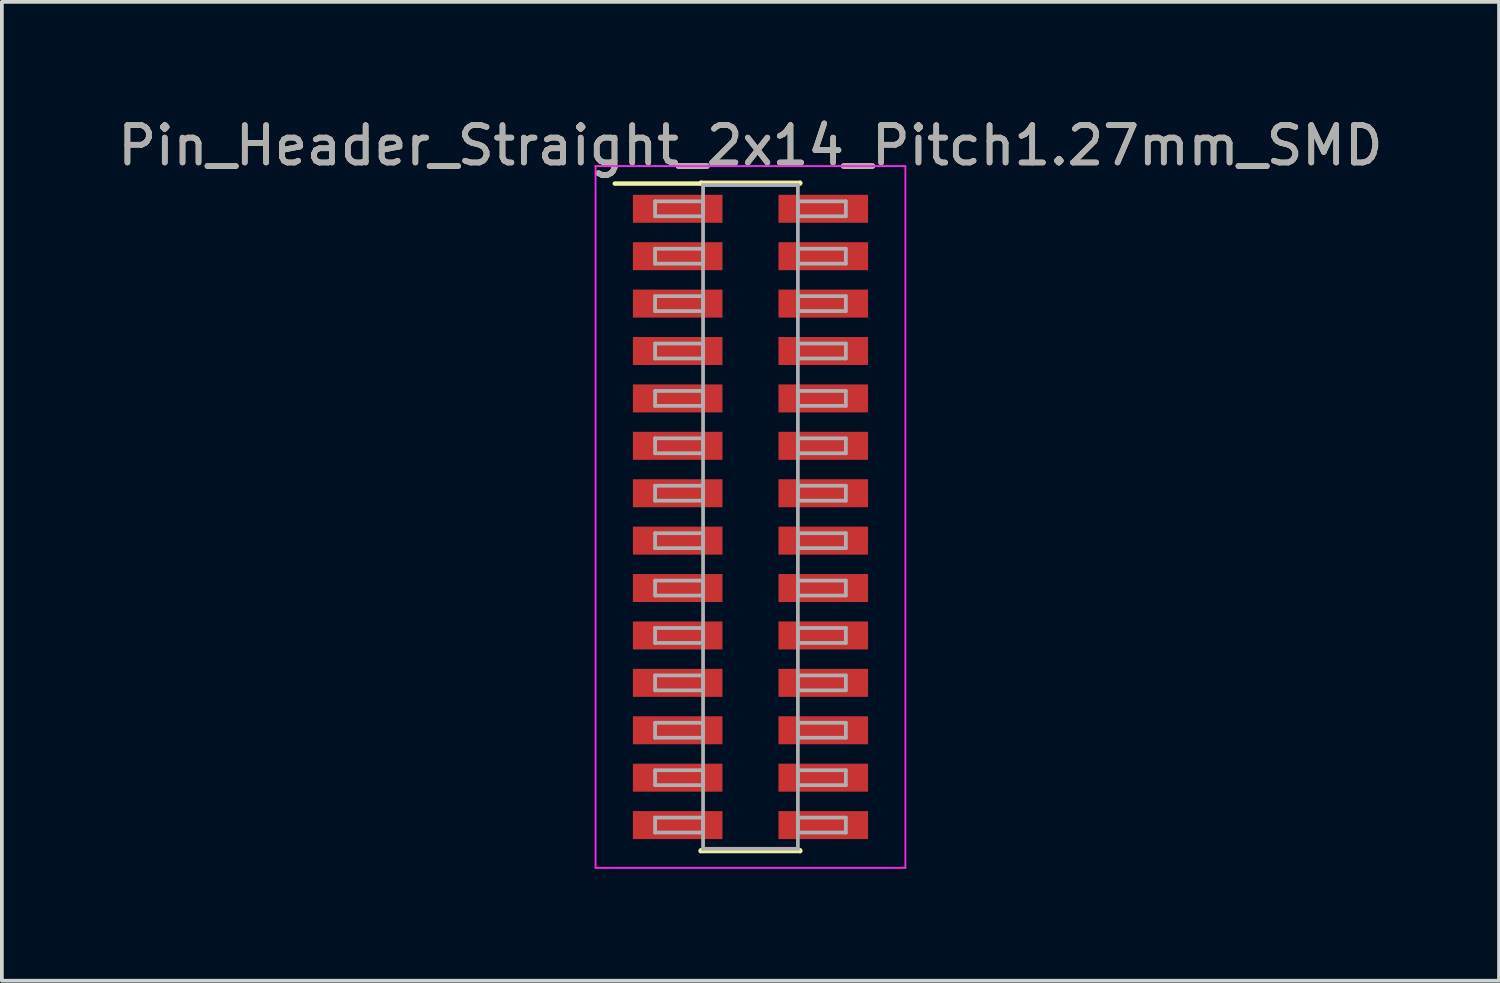
<source format=kicad_pcb>
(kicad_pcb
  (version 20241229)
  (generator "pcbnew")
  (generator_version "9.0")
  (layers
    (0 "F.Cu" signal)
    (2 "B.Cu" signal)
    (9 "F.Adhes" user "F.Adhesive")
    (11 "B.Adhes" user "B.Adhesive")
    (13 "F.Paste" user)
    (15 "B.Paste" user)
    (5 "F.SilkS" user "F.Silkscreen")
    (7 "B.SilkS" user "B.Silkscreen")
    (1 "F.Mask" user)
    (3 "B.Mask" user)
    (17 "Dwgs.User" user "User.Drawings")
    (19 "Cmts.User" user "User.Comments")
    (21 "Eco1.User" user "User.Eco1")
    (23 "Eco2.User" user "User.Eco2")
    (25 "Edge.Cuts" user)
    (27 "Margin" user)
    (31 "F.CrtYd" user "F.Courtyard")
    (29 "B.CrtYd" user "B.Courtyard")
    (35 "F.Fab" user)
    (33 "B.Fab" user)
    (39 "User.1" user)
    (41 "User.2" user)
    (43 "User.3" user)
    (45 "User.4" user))
  (footprint "Pin_Header_Straight_2x14_Pitch1.27mm_SMD"
    (layer "F.Cu")
    (at 17.054 10.798)
    (property "Reference" "Pin_Header_Straight_2x14_Pitch1.27mm_SMD" (at 0 -9.95 0) (layer "F.SilkS") (effects (font (size 1 1) (thickness 0.15))))
    (attr smd)
    (fp_line (start -3.635 -8.93) (end -1.33 -8.93) (stroke (width 0.12) (type solid)) (layer "F.SilkS"))
    (fp_line (start -1.33 -8.95) (end 1.33 -8.95) (stroke (width 0.12) (type solid)) (layer "F.SilkS"))
    (fp_line (start -1.33 -8.93) (end -1.33 -8.95) (stroke (width 0.12) (type solid)) (layer "F.SilkS"))
    (fp_line (start -1.33 8.93) (end -1.33 8.95) (stroke (width 0.12) (type solid)) (layer "F.SilkS"))
    (fp_line (start -1.33 8.95) (end 1.33 8.95) (stroke (width 0.12) (type solid)) (layer "F.SilkS"))
    (fp_line (start 1.33 -8.95) (end 1.33 -8.93) (stroke (width 0.12) (type solid)) (layer "F.SilkS"))
    (fp_line (start 1.33 8.95) (end 1.33 8.93) (stroke (width 0.12) (type solid)) (layer "F.SilkS"))
    (fp_line (start -4.15 -9.4) (end -4.15 9.4) (stroke (width 0.05) (type solid)) (layer "F.CrtYd"))
    (fp_line (start -4.15 9.4) (end 4.15 9.4) (stroke (width 0.05) (type solid)) (layer "F.CrtYd"))
    (fp_line (start 4.15 -9.4) (end -4.15 -9.4) (stroke (width 0.05) (type solid)) (layer "F.CrtYd"))
    (fp_line (start 4.15 9.4) (end 4.15 -9.4) (stroke (width 0.05) (type solid)) (layer "F.CrtYd"))
    (fp_line (start -2.555 -8.455) (end -1.27 -8.455) (stroke (width 0.1) (type solid)) (layer "F.Fab"))
    (fp_line (start -2.555 -8.055) (end -2.555 -8.455) (stroke (width 0.1) (type solid)) (layer "F.Fab"))
    (fp_line (start -2.555 -7.185) (end -1.27 -7.185) (stroke (width 0.1) (type solid)) (layer "F.Fab"))
    (fp_line (start -2.555 -6.785) (end -2.555 -7.185) (stroke (width 0.1) (type solid)) (layer "F.Fab"))
    (fp_line (start -2.555 -5.915) (end -1.27 -5.915) (stroke (width 0.1) (type solid)) (layer "F.Fab"))
    (fp_line (start -2.555 -5.515) (end -2.555 -5.915) (stroke (width 0.1) (type solid)) (layer "F.Fab"))
    (fp_line (start -2.555 -4.645) (end -1.27 -4.645) (stroke (width 0.1) (type solid)) (layer "F.Fab"))
    (fp_line (start -2.555 -4.245) (end -2.555 -4.645) (stroke (width 0.1) (type solid)) (layer "F.Fab"))
    (fp_line (start -2.555 -3.375) (end -1.27 -3.375) (stroke (width 0.1) (type solid)) (layer "F.Fab"))
    (fp_line (start -2.555 -2.975) (end -2.555 -3.375) (stroke (width 0.1) (type solid)) (layer "F.Fab"))
    (fp_line (start -2.555 -2.105) (end -1.27 -2.105) (stroke (width 0.1) (type solid)) (layer "F.Fab"))
    (fp_line (start -2.555 -1.705) (end -2.555 -2.105) (stroke (width 0.1) (type solid)) (layer "F.Fab"))
    (fp_line (start -2.555 -0.835) (end -1.27 -0.835) (stroke (width 0.1) (type solid)) (layer "F.Fab"))
    (fp_line (start -2.555 -0.435) (end -2.555 -0.835) (stroke (width 0.1) (type solid)) (layer "F.Fab"))
    (fp_line (start -2.555 0.435) (end -1.27 0.435) (stroke (width 0.1) (type solid)) (layer "F.Fab"))
    (fp_line (start -2.555 0.835) (end -2.555 0.435) (stroke (width 0.1) (type solid)) (layer "F.Fab"))
    (fp_line (start -2.555 1.705) (end -1.27 1.705) (stroke (width 0.1) (type solid)) (layer "F.Fab"))
    (fp_line (start -2.555 2.105) (end -2.555 1.705) (stroke (width 0.1) (type solid)) (layer "F.Fab"))
    (fp_line (start -2.555 2.975) (end -1.27 2.975) (stroke (width 0.1) (type solid)) (layer "F.Fab"))
    (fp_line (start -2.555 3.375) (end -2.555 2.975) (stroke (width 0.1) (type solid)) (layer "F.Fab"))
    (fp_line (start -2.555 4.245) (end -1.27 4.245) (stroke (width 0.1) (type solid)) (layer "F.Fab"))
    (fp_line (start -2.555 4.645) (end -2.555 4.245) (stroke (width 0.1) (type solid)) (layer "F.Fab"))
    (fp_line (start -2.555 5.515) (end -1.27 5.515) (stroke (width 0.1) (type solid)) (layer "F.Fab"))
    (fp_line (start -2.555 5.915) (end -2.555 5.515) (stroke (width 0.1) (type solid)) (layer "F.Fab"))
    (fp_line (start -2.555 6.785) (end -1.27 6.785) (stroke (width 0.1) (type solid)) (layer "F.Fab"))
    (fp_line (start -2.555 7.185) (end -2.555 6.785) (stroke (width 0.1) (type solid)) (layer "F.Fab"))
    (fp_line (start -2.555 8.055) (end -1.27 8.055) (stroke (width 0.1) (type solid)) (layer "F.Fab"))
    (fp_line (start -2.555 8.455) (end -2.555 8.055) (stroke (width 0.1) (type solid)) (layer "F.Fab"))
    (fp_line (start -1.27 -8.89) (end -1.27 8.89) (stroke (width 0.1) (type solid)) (layer "F.Fab"))
    (fp_line (start -1.27 -8.455) (end -1.27 -8.055) (stroke (width 0.1) (type solid)) (layer "F.Fab"))
    (fp_line (start -1.27 -8.055) (end -2.555 -8.055) (stroke (width 0.1) (type solid)) (layer "F.Fab"))
    (fp_line (start -1.27 -7.185) (end -1.27 -6.785) (stroke (width 0.1) (type solid)) (layer "F.Fab"))
    (fp_line (start -1.27 -6.785) (end -2.555 -6.785) (stroke (width 0.1) (type solid)) (layer "F.Fab"))
    (fp_line (start -1.27 -5.915) (end -1.27 -5.515) (stroke (width 0.1) (type solid)) (layer "F.Fab"))
    (fp_line (start -1.27 -5.515) (end -2.555 -5.515) (stroke (width 0.1) (type solid)) (layer "F.Fab"))
    (fp_line (start -1.27 -4.645) (end -1.27 -4.245) (stroke (width 0.1) (type solid)) (layer "F.Fab"))
    (fp_line (start -1.27 -4.245) (end -2.555 -4.245) (stroke (width 0.1) (type solid)) (layer "F.Fab"))
    (fp_line (start -1.27 -3.375) (end -1.27 -2.975) (stroke (width 0.1) (type solid)) (layer "F.Fab"))
    (fp_line (start -1.27 -2.975) (end -2.555 -2.975) (stroke (width 0.1) (type solid)) (layer "F.Fab"))
    (fp_line (start -1.27 -2.105) (end -1.27 -1.705) (stroke (width 0.1) (type solid)) (layer "F.Fab"))
    (fp_line (start -1.27 -1.705) (end -2.555 -1.705) (stroke (width 0.1) (type solid)) (layer "F.Fab"))
    (fp_line (start -1.27 -0.835) (end -1.27 -0.435) (stroke (width 0.1) (type solid)) (layer "F.Fab"))
    (fp_line (start -1.27 -0.435) (end -2.555 -0.435) (stroke (width 0.1) (type solid)) (layer "F.Fab"))
    (fp_line (start -1.27 0.435) (end -1.27 0.835) (stroke (width 0.1) (type solid)) (layer "F.Fab"))
    (fp_line (start -1.27 0.835) (end -2.555 0.835) (stroke (width 0.1) (type solid)) (layer "F.Fab"))
    (fp_line (start -1.27 1.705) (end -1.27 2.105) (stroke (width 0.1) (type solid)) (layer "F.Fab"))
    (fp_line (start -1.27 2.105) (end -2.555 2.105) (stroke (width 0.1) (type solid)) (layer "F.Fab"))
    (fp_line (start -1.27 2.975) (end -1.27 3.375) (stroke (width 0.1) (type solid)) (layer "F.Fab"))
    (fp_line (start -1.27 3.375) (end -2.555 3.375) (stroke (width 0.1) (type solid)) (layer "F.Fab"))
    (fp_line (start -1.27 4.245) (end -1.27 4.645) (stroke (width 0.1) (type solid)) (layer "F.Fab"))
    (fp_line (start -1.27 4.645) (end -2.555 4.645) (stroke (width 0.1) (type solid)) (layer "F.Fab"))
    (fp_line (start -1.27 5.515) (end -1.27 5.915) (stroke (width 0.1) (type solid)) (layer "F.Fab"))
    (fp_line (start -1.27 5.915) (end -2.555 5.915) (stroke (width 0.1) (type solid)) (layer "F.Fab"))
    (fp_line (start -1.27 6.785) (end -1.27 7.185) (stroke (width 0.1) (type solid)) (layer "F.Fab"))
    (fp_line (start -1.27 7.185) (end -2.555 7.185) (stroke (width 0.1) (type solid)) (layer "F.Fab"))
    (fp_line (start -1.27 8.055) (end -1.27 8.455) (stroke (width 0.1) (type solid)) (layer "F.Fab"))
    (fp_line (start -1.27 8.455) (end -2.555 8.455) (stroke (width 0.1) (type solid)) (layer "F.Fab"))
    (fp_line (start -1.27 8.89) (end 1.27 8.89) (stroke (width 0.1) (type solid)) (layer "F.Fab"))
    (fp_line (start 1.27 -8.89) (end -1.27 -8.89) (stroke (width 0.1) (type solid)) (layer "F.Fab"))
    (fp_line (start 1.27 -8.455) (end 1.27 -8.055) (stroke (width 0.1) (type solid)) (layer "F.Fab"))
    (fp_line (start 1.27 -8.055) (end 2.555 -8.055) (stroke (width 0.1) (type solid)) (layer "F.Fab"))
    (fp_line (start 1.27 -7.185) (end 1.27 -6.785) (stroke (width 0.1) (type solid)) (layer "F.Fab"))
    (fp_line (start 1.27 -6.785) (end 2.555 -6.785) (stroke (width 0.1) (type solid)) (layer "F.Fab"))
    (fp_line (start 1.27 -5.915) (end 1.27 -5.515) (stroke (width 0.1) (type solid)) (layer "F.Fab"))
    (fp_line (start 1.27 -5.515) (end 2.555 -5.515) (stroke (width 0.1) (type solid)) (layer "F.Fab"))
    (fp_line (start 1.27 -4.645) (end 1.27 -4.245) (stroke (width 0.1) (type solid)) (layer "F.Fab"))
    (fp_line (start 1.27 -4.245) (end 2.555 -4.245) (stroke (width 0.1) (type solid)) (layer "F.Fab"))
    (fp_line (start 1.27 -3.375) (end 1.27 -2.975) (stroke (width 0.1) (type solid)) (layer "F.Fab"))
    (fp_line (start 1.27 -2.975) (end 2.555 -2.975) (stroke (width 0.1) (type solid)) (layer "F.Fab"))
    (fp_line (start 1.27 -2.105) (end 1.27 -1.705) (stroke (width 0.1) (type solid)) (layer "F.Fab"))
    (fp_line (start 1.27 -1.705) (end 2.555 -1.705) (stroke (width 0.1) (type solid)) (layer "F.Fab"))
    (fp_line (start 1.27 -0.835) (end 1.27 -0.435) (stroke (width 0.1) (type solid)) (layer "F.Fab"))
    (fp_line (start 1.27 -0.435) (end 2.555 -0.435) (stroke (width 0.1) (type solid)) (layer "F.Fab"))
    (fp_line (start 1.27 0.435) (end 1.27 0.835) (stroke (width 0.1) (type solid)) (layer "F.Fab"))
    (fp_line (start 1.27 0.835) (end 2.555 0.835) (stroke (width 0.1) (type solid)) (layer "F.Fab"))
    (fp_line (start 1.27 1.705) (end 1.27 2.105) (stroke (width 0.1) (type solid)) (layer "F.Fab"))
    (fp_line (start 1.27 2.105) (end 2.555 2.105) (stroke (width 0.1) (type solid)) (layer "F.Fab"))
    (fp_line (start 1.27 2.975) (end 1.27 3.375) (stroke (width 0.1) (type solid)) (layer "F.Fab"))
    (fp_line (start 1.27 3.375) (end 2.555 3.375) (stroke (width 0.1) (type solid)) (layer "F.Fab"))
    (fp_line (start 1.27 4.245) (end 1.27 4.645) (stroke (width 0.1) (type solid)) (layer "F.Fab"))
    (fp_line (start 1.27 4.645) (end 2.555 4.645) (stroke (width 0.1) (type solid)) (layer "F.Fab"))
    (fp_line (start 1.27 5.515) (end 1.27 5.915) (stroke (width 0.1) (type solid)) (layer "F.Fab"))
    (fp_line (start 1.27 5.915) (end 2.555 5.915) (stroke (width 0.1) (type solid)) (layer "F.Fab"))
    (fp_line (start 1.27 6.785) (end 1.27 7.185) (stroke (width 0.1) (type solid)) (layer "F.Fab"))
    (fp_line (start 1.27 7.185) (end 2.555 7.185) (stroke (width 0.1) (type solid)) (layer "F.Fab"))
    (fp_line (start 1.27 8.055) (end 1.27 8.455) (stroke (width 0.1) (type solid)) (layer "F.Fab"))
    (fp_line (start 1.27 8.455) (end 2.555 8.455) (stroke (width 0.1) (type solid)) (layer "F.Fab"))
    (fp_line (start 1.27 8.89) (end 1.27 -8.89) (stroke (width 0.1) (type solid)) (layer "F.Fab"))
    (fp_line (start 2.555 -8.455) (end 1.27 -8.455) (stroke (width 0.1) (type solid)) (layer "F.Fab"))
    (fp_line (start 2.555 -8.055) (end 2.555 -8.455) (stroke (width 0.1) (type solid)) (layer "F.Fab"))
    (fp_line (start 2.555 -7.185) (end 1.27 -7.185) (stroke (width 0.1) (type solid)) (layer "F.Fab"))
    (fp_line (start 2.555 -6.785) (end 2.555 -7.185) (stroke (width 0.1) (type solid)) (layer "F.Fab"))
    (fp_line (start 2.555 -5.915) (end 1.27 -5.915) (stroke (width 0.1) (type solid)) (layer "F.Fab"))
    (fp_line (start 2.555 -5.515) (end 2.555 -5.915) (stroke (width 0.1) (type solid)) (layer "F.Fab"))
    (fp_line (start 2.555 -4.645) (end 1.27 -4.645) (stroke (width 0.1) (type solid)) (layer "F.Fab"))
    (fp_line (start 2.555 -4.245) (end 2.555 -4.645) (stroke (width 0.1) (type solid)) (layer "F.Fab"))
    (fp_line (start 2.555 -3.375) (end 1.27 -3.375) (stroke (width 0.1) (type solid)) (layer "F.Fab"))
    (fp_line (start 2.555 -2.975) (end 2.555 -3.375) (stroke (width 0.1) (type solid)) (layer "F.Fab"))
    (fp_line (start 2.555 -2.105) (end 1.27 -2.105) (stroke (width 0.1) (type solid)) (layer "F.Fab"))
    (fp_line (start 2.555 -1.705) (end 2.555 -2.105) (stroke (width 0.1) (type solid)) (layer "F.Fab"))
    (fp_line (start 2.555 -0.835) (end 1.27 -0.835) (stroke (width 0.1) (type solid)) (layer "F.Fab"))
    (fp_line (start 2.555 -0.435) (end 2.555 -0.835) (stroke (width 0.1) (type solid)) (layer "F.Fab"))
    (fp_line (start 2.555 0.435) (end 1.27 0.435) (stroke (width 0.1) (type solid)) (layer "F.Fab"))
    (fp_line (start 2.555 0.835) (end 2.555 0.435) (stroke (width 0.1) (type solid)) (layer "F.Fab"))
    (fp_line (start 2.555 1.705) (end 1.27 1.705) (stroke (width 0.1) (type solid)) (layer "F.Fab"))
    (fp_line (start 2.555 2.105) (end 2.555 1.705) (stroke (width 0.1) (type solid)) (layer "F.Fab"))
    (fp_line (start 2.555 2.975) (end 1.27 2.975) (stroke (width 0.1) (type solid)) (layer "F.Fab"))
    (fp_line (start 2.555 3.375) (end 2.555 2.975) (stroke (width 0.1) (type solid)) (layer "F.Fab"))
    (fp_line (start 2.555 4.245) (end 1.27 4.245) (stroke (width 0.1) (type solid)) (layer "F.Fab"))
    (fp_line (start 2.555 4.645) (end 2.555 4.245) (stroke (width 0.1) (type solid)) (layer "F.Fab"))
    (fp_line (start 2.555 5.515) (end 1.27 5.515) (stroke (width 0.1) (type solid)) (layer "F.Fab"))
    (fp_line (start 2.555 5.915) (end 2.555 5.515) (stroke (width 0.1) (type solid)) (layer "F.Fab"))
    (fp_line (start 2.555 6.785) (end 1.27 6.785) (stroke (width 0.1) (type solid)) (layer "F.Fab"))
    (fp_line (start 2.555 7.185) (end 2.555 6.785) (stroke (width 0.1) (type solid)) (layer "F.Fab"))
    (fp_line (start 2.555 8.055) (end 1.27 8.055) (stroke (width 0.1) (type solid)) (layer "F.Fab"))
    (fp_line (start 2.555 8.455) (end 2.555 8.055) (stroke (width 0.1) (type solid)) (layer "F.Fab"))
    (fp_text user "${REFERENCE}" (at 0 -9.95 0) (layer "F.Fab") (effects (font (size 1 1) (thickness 0.15))))
    (pad "1" smd rect (at -1.95 -8.255) (size 2.4 0.75) (layers "F.Cu" "F.Mask" "F.Paste"))
    (pad "2" smd rect (at 1.95 -8.255) (size 2.4 0.75) (layers "F.Cu" "F.Mask" "F.Paste"))
    (pad "3" smd rect (at -1.95 -6.985) (size 2.4 0.75) (layers "F.Cu" "F.Mask" "F.Paste"))
    (pad "4" smd rect (at 1.95 -6.985) (size 2.4 0.75) (layers "F.Cu" "F.Mask" "F.Paste"))
    (pad "5" smd rect (at -1.95 -5.715) (size 2.4 0.75) (layers "F.Cu" "F.Mask" "F.Paste"))
    (pad "6" smd rect (at 1.95 -5.715) (size 2.4 0.75) (layers "F.Cu" "F.Mask" "F.Paste"))
    (pad "7" smd rect (at -1.95 -4.445) (size 2.4 0.75) (layers "F.Cu" "F.Mask" "F.Paste"))
    (pad "8" smd rect (at 1.95 -4.445) (size 2.4 0.75) (layers "F.Cu" "F.Mask" "F.Paste"))
    (pad "9" smd rect (at -1.95 -3.175) (size 2.4 0.75) (layers "F.Cu" "F.Mask" "F.Paste"))
    (pad "10" smd rect (at 1.95 -3.175) (size 2.4 0.75) (layers "F.Cu" "F.Mask" "F.Paste"))
    (pad "11" smd rect (at -1.95 -1.905) (size 2.4 0.75) (layers "F.Cu" "F.Mask" "F.Paste"))
    (pad "12" smd rect (at 1.95 -1.905) (size 2.4 0.75) (layers "F.Cu" "F.Mask" "F.Paste"))
    (pad "13" smd rect (at -1.95 -0.635) (size 2.4 0.75) (layers "F.Cu" "F.Mask" "F.Paste"))
    (pad "14" smd rect (at 1.95 -0.635) (size 2.4 0.75) (layers "F.Cu" "F.Mask" "F.Paste"))
    (pad "15" smd rect (at -1.95 0.635) (size 2.4 0.75) (layers "F.Cu" "F.Mask" "F.Paste"))
    (pad "16" smd rect (at 1.95 0.635) (size 2.4 0.75) (layers "F.Cu" "F.Mask" "F.Paste"))
    (pad "17" smd rect (at -1.95 1.905) (size 2.4 0.75) (layers "F.Cu" "F.Mask" "F.Paste"))
    (pad "18" smd rect (at 1.95 1.905) (size 2.4 0.75) (layers "F.Cu" "F.Mask" "F.Paste"))
    (pad "19" smd rect (at -1.95 3.175) (size 2.4 0.75) (layers "F.Cu" "F.Mask" "F.Paste"))
    (pad "20" smd rect (at 1.95 3.175) (size 2.4 0.75) (layers "F.Cu" "F.Mask" "F.Paste"))
    (pad "21" smd rect (at -1.95 4.445) (size 2.4 0.75) (layers "F.Cu" "F.Mask" "F.Paste"))
    (pad "22" smd rect (at 1.95 4.445) (size 2.4 0.75) (layers "F.Cu" "F.Mask" "F.Paste"))
    (pad "23" smd rect (at -1.95 5.715) (size 2.4 0.75) (layers "F.Cu" "F.Mask" "F.Paste"))
    (pad "24" smd rect (at 1.95 5.715) (size 2.4 0.75) (layers "F.Cu" "F.Mask" "F.Paste"))
    (pad "25" smd rect (at -1.95 6.985) (size 2.4 0.75) (layers "F.Cu" "F.Mask" "F.Paste"))
    (pad "26" smd rect (at 1.95 6.985) (size 2.4 0.75) (layers "F.Cu" "F.Mask" "F.Paste"))
    (pad "27" smd rect (at -1.95 8.255) (size 2.4 0.75) (layers "F.Cu" "F.Mask" "F.Paste"))
    (pad "28" smd rect (at 1.95 8.255) (size 2.4 0.75) (layers "F.Cu" "F.Mask" "F.Paste")))
  (gr_rect
    (start -3 -3)
    (end 37.107 23.223)
    (stroke (width 0.1) (type default))
    (fill no)
    (layer "Edge.Cuts")))
</source>
